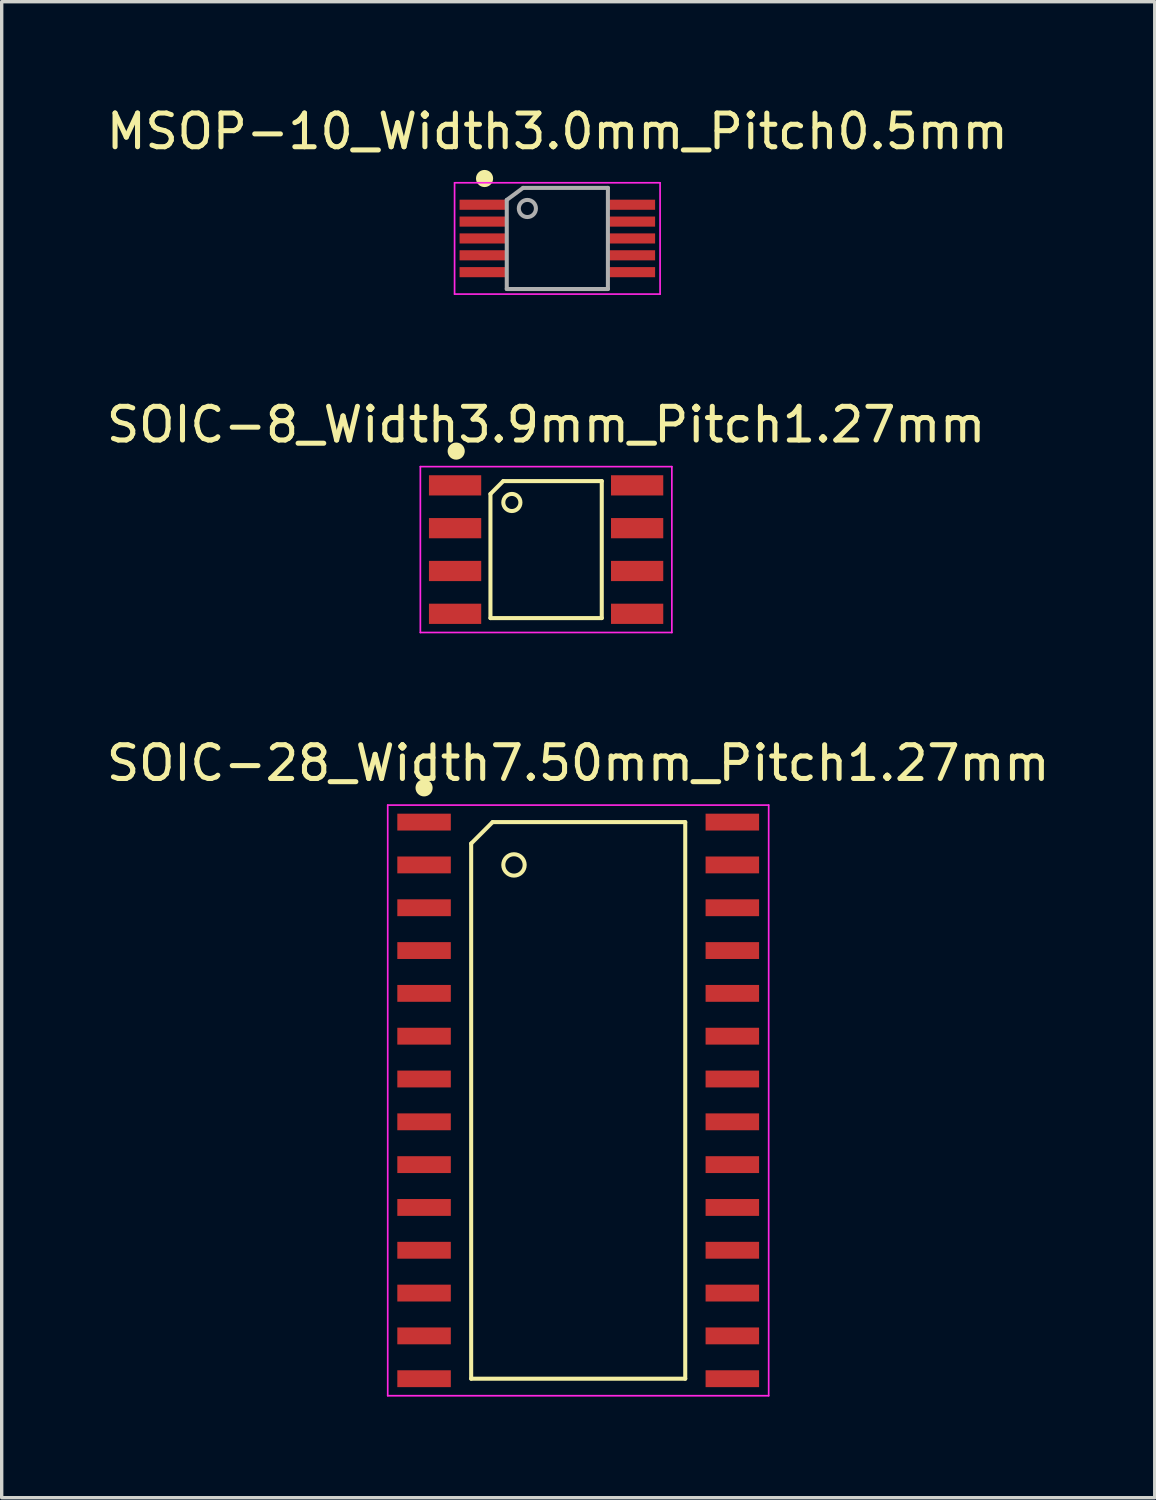
<source format=kicad_pcb>
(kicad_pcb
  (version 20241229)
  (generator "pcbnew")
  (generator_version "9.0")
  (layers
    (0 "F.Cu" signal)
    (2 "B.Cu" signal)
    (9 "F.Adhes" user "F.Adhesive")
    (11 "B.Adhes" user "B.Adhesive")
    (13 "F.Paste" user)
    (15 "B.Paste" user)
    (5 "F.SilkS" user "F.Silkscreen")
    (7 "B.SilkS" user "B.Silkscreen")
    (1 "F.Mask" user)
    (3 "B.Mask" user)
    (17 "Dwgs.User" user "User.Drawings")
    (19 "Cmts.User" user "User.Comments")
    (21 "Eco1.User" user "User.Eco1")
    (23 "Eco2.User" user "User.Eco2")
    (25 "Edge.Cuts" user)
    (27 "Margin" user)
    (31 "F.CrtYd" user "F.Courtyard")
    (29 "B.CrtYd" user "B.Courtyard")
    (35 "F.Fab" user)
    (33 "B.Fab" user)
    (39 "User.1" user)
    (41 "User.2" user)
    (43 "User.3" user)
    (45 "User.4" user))
  (footprint "SOIC-28_Width7.50mm_Pitch1.27mm"
    (layer "F.Cu")
    (at 14.101 29.591)
    (property "Reference" "SOIC-28_Width7.50mm_Pitch1.27mm" (at 0 -10.005 0) (layer "F.SilkS") (effects (font (size 1 1) (thickness 0.15))))
    (attr smd)
    (fp_line (start -3.175 8.255) (end -3.175 -7.62) (stroke (width 0.12) (type solid)) (layer "F.SilkS"))
    (fp_line (start -2.54 -8.255) (end -3.175 -7.62) (stroke (width 0.12) (type solid)) (layer "F.SilkS"))
    (fp_line (start 3.175 -8.255) (end -2.54 -8.255) (stroke (width 0.12) (type solid)) (layer "F.SilkS"))
    (fp_line (start 3.175 -8.255) (end 3.175 8.255) (stroke (width 0.12) (type solid)) (layer "F.SilkS"))
    (fp_line (start 3.175 8.255) (end -3.175 8.255) (stroke (width 0.12) (type solid)) (layer "F.SilkS"))
    (fp_circle (center -4.572 -9.271) (end -4.572 -9.144) (stroke (width 0.254) (type solid)) (fill no) (layer "F.SilkS"))
    (fp_circle (center -1.905 -6.985) (end -1.905 -6.668) (stroke (width 0.12) (type solid)) (fill no) (layer "F.SilkS"))
    (fp_line (start -5.65 -8.76) (end 5.65 -8.76) (stroke (width 0.05) (type solid)) (layer "F.CrtYd"))
    (fp_line (start -5.65 8.76) (end -5.65 -8.76) (stroke (width 0.05) (type solid)) (layer "F.CrtYd"))
    (fp_line (start 5.65 -8.76) (end 5.65 8.76) (stroke (width 0.05) (type solid)) (layer "F.CrtYd"))
    (fp_line (start 5.65 8.76) (end -5.65 8.76) (stroke (width 0.05) (type solid)) (layer "F.CrtYd"))
    (pad "1" smd rect (at -4.572 -8.255 270) (size 0.5 1.587) (layers "F.Cu" "F.Mask" "F.Paste"))
    (pad "2" smd rect (at -4.572 -6.985 270) (size 0.5 1.587) (layers "F.Cu" "F.Mask" "F.Paste"))
    (pad "3" smd rect (at -4.572 -5.715 270) (size 0.5 1.587) (layers "F.Cu" "F.Mask" "F.Paste"))
    (pad "4" smd rect (at -4.572 -4.445 270) (size 0.5 1.587) (layers "F.Cu" "F.Mask" "F.Paste"))
    (pad "5" smd rect (at -4.572 -3.175 270) (size 0.5 1.587) (layers "F.Cu" "F.Mask" "F.Paste"))
    (pad "6" smd rect (at -4.572 -1.905 270) (size 0.5 1.587) (layers "F.Cu" "F.Mask" "F.Paste"))
    (pad "7" smd rect (at -4.572 -0.635 270) (size 0.5 1.587) (layers "F.Cu" "F.Mask" "F.Paste"))
    (pad "8" smd rect (at -4.572 0.635 270) (size 0.5 1.587) (layers "F.Cu" "F.Mask" "F.Paste"))
    (pad "9" smd rect (at -4.572 1.905 270) (size 0.5 1.587) (layers "F.Cu" "F.Mask" "F.Paste"))
    (pad "10" smd rect (at -4.572 3.175 270) (size 0.5 1.587) (layers "F.Cu" "F.Mask" "F.Paste"))
    (pad "11" smd rect (at -4.572 4.445 270) (size 0.5 1.587) (layers "F.Cu" "F.Mask" "F.Paste"))
    (pad "12" smd rect (at -4.572 5.715 270) (size 0.5 1.587) (layers "F.Cu" "F.Mask" "F.Paste"))
    (pad "13" smd rect (at -4.572 6.985 270) (size 0.5 1.587) (layers "F.Cu" "F.Mask" "F.Paste"))
    (pad "14" smd rect (at -4.572 8.255 270) (size 0.5 1.587) (layers "F.Cu" "F.Mask" "F.Paste"))
    (pad "15" smd rect (at 4.572 8.255 270) (size 0.5 1.587) (layers "F.Cu" "F.Mask" "F.Paste"))
    (pad "16" smd rect (at 4.572 6.985 270) (size 0.5 1.587) (layers "F.Cu" "F.Mask" "F.Paste"))
    (pad "17" smd rect (at 4.572 5.715 270) (size 0.5 1.587) (layers "F.Cu" "F.Mask" "F.Paste"))
    (pad "18" smd rect (at 4.572 4.445 270) (size 0.5 1.587) (layers "F.Cu" "F.Mask" "F.Paste"))
    (pad "19" smd rect (at 4.572 3.175 270) (size 0.5 1.587) (layers "F.Cu" "F.Mask" "F.Paste"))
    (pad "20" smd rect (at 4.572 1.905 270) (size 0.5 1.587) (layers "F.Cu" "F.Mask" "F.Paste"))
    (pad "21" smd rect (at 4.572 0.635 270) (size 0.5 1.587) (layers "F.Cu" "F.Mask" "F.Paste"))
    (pad "22" smd rect (at 4.572 -0.635 270) (size 0.5 1.587) (layers "F.Cu" "F.Mask" "F.Paste"))
    (pad "23" smd rect (at 4.572 -1.905 270) (size 0.5 1.587) (layers "F.Cu" "F.Mask" "F.Paste"))
    (pad "24" smd rect (at 4.572 -3.175 270) (size 0.5 1.587) (layers "F.Cu" "F.Mask" "F.Paste"))
    (pad "25" smd rect (at 4.572 -4.445 270) (size 0.5 1.587) (layers "F.Cu" "F.Mask" "F.Paste"))
    (pad "26" smd rect (at 4.572 -5.715 270) (size 0.5 1.587) (layers "F.Cu" "F.Mask" "F.Paste"))
    (pad "27" smd rect (at 4.572 -6.985 270) (size 0.5 1.587) (layers "F.Cu" "F.Mask" "F.Paste"))
    (pad "28" smd rect (at 4.572 -8.255 270) (size 0.5 1.587) (layers "F.Cu" "F.Mask" "F.Paste")))
  (footprint "SOIC-8_Width3.9mm_Pitch1.27mm"
    (layer "F.Cu")
    (at 13.149 13.252)
    (property "Reference" "SOIC-8_Width3.9mm_Pitch1.27mm" (at 0 -3.705 0) (layer "F.SilkS") (effects (font (size 1 1) (thickness 0.15))))
    (attr smd)
    (fp_line (start -1.651 -1.651) (end -1.651 2.032) (stroke (width 0.12) (type solid)) (layer "F.SilkS"))
    (fp_line (start -1.651 2.032) (end 1.651 2.032) (stroke (width 0.12) (type solid)) (layer "F.SilkS"))
    (fp_line (start -1.27 -2.032) (end -1.651 -1.651) (stroke (width 0.12) (type solid)) (layer "F.SilkS"))
    (fp_line (start 1.651 -2.032) (end -1.27 -2.032) (stroke (width 0.12) (type solid)) (layer "F.SilkS"))
    (fp_line (start 1.651 2.032) (end 1.651 -2.032) (stroke (width 0.12) (type solid)) (layer "F.SilkS"))
    (fp_circle (center -2.667 -2.921) (end -2.54 -2.921) (stroke (width 0.254) (type solid)) (fill no) (layer "F.SilkS"))
    (fp_circle (center -1.016 -1.397) (end -1.016 -1.143) (stroke (width 0.12) (type solid)) (fill no) (layer "F.SilkS"))
    (fp_line (start -3.73 -2.46) (end 3.73 -2.46) (stroke (width 0.05) (type solid)) (layer "F.CrtYd"))
    (fp_line (start -3.73 2.46) (end -3.73 -2.46) (stroke (width 0.05) (type solid)) (layer "F.CrtYd"))
    (fp_line (start 3.73 -2.46) (end 3.73 2.46) (stroke (width 0.05) (type solid)) (layer "F.CrtYd"))
    (fp_line (start 3.73 2.46) (end -3.73 2.46) (stroke (width 0.05) (type solid)) (layer "F.CrtYd"))
    (pad "1" smd rect (at -2.7 -1.905 270) (size 0.6 1.55) (layers "F.Cu" "F.Mask" "F.Paste"))
    (pad "2" smd rect (at -2.7 -0.635 270) (size 0.6 1.55) (layers "F.Cu" "F.Mask" "F.Paste"))
    (pad "3" smd rect (at -2.7 0.635 270) (size 0.6 1.55) (layers "F.Cu" "F.Mask" "F.Paste"))
    (pad "4" smd rect (at -2.7 1.905 270) (size 0.6 1.55) (layers "F.Cu" "F.Mask" "F.Paste"))
    (pad "5" smd rect (at 2.7 1.905 270) (size 0.6 1.55) (layers "F.Cu" "F.Mask" "F.Paste"))
    (pad "6" smd rect (at 2.7 0.635 270) (size 0.6 1.55) (layers "F.Cu" "F.Mask" "F.Paste"))
    (pad "7" smd rect (at 2.7 -0.635 270) (size 0.6 1.55) (layers "F.Cu" "F.Mask" "F.Paste"))
    (pad "8" smd rect (at 2.7 -1.905 270) (size 0.6 1.55) (layers "F.Cu" "F.Mask" "F.Paste")))
  (footprint "MSOP-10_Width3.0mm_Pitch0.5mm"
    (layer "F.Cu")
    (at 13.482 4.023)
    (property "Reference" "MSOP-10_Width3.0mm_Pitch0.5mm" (at 0 -3.175 0) (layer "F.SilkS") (effects (font (size 1 1) (thickness 0.15))))
    (attr smd)
    (fp_circle (center -2.159 -1.778) (end -2.032 -1.778) (stroke (width 0.254) (type solid)) (fill no) (layer "F.SilkS"))
    (fp_line (start -3.048 -1.651) (end 3.048 -1.651) (stroke (width 0.05) (type solid)) (layer "F.CrtYd"))
    (fp_line (start -3.048 1.651) (end -3.048 -1.651) (stroke (width 0.05) (type solid)) (layer "F.CrtYd"))
    (fp_line (start 3.048 -1.651) (end 3.048 1.651) (stroke (width 0.05) (type solid)) (layer "F.CrtYd"))
    (fp_line (start 3.048 1.651) (end -3.048 1.651) (stroke (width 0.05) (type solid)) (layer "F.CrtYd"))
    (fp_line (start -1.5 -1.143) (end -1.5 1.5) (stroke (width 0.12) (type solid)) (layer "F.Fab"))
    (fp_line (start -1.5 1.5) (end 1.5 1.5) (stroke (width 0.12) (type solid)) (layer "F.Fab"))
    (fp_line (start -1.016 -1.5) (end -1.5 -1.143) (stroke (width 0.12) (type solid)) (layer "F.Fab"))
    (fp_line (start 1.5 -1.5) (end -1.016 -1.5) (stroke (width 0.12) (type solid)) (layer "F.Fab"))
    (fp_line (start 1.5 1.5) (end 1.5 -1.5) (stroke (width 0.12) (type solid)) (layer "F.Fab"))
    (fp_circle (center -0.889 -0.889) (end -0.635 -0.889) (stroke (width 0.12) (type solid)) (fill no) (layer "F.Fab"))
    (pad "1" smd rect (at -2.2 -1 270) (size 0.3 1.4) (layers "F.Cu" "F.Mask" "F.Paste"))
    (pad "2" smd rect (at -2.2 -0.5 270) (size 0.3 1.4) (layers "F.Cu" "F.Mask" "F.Paste"))
    (pad "3" smd rect (at -2.2 0 270) (size 0.3 1.4) (layers "F.Cu" "F.Mask" "F.Paste"))
    (pad "4" smd rect (at -2.2 0.5 270) (size 0.3 1.4) (layers "F.Cu" "F.Mask" "F.Paste"))
    (pad "5" smd rect (at -2.2 1 270) (size 0.3 1.4) (layers "F.Cu" "F.Mask" "F.Paste"))
    (pad "6" smd rect (at 2.2 1 270) (size 0.3 1.4) (layers "F.Cu" "F.Mask" "F.Paste"))
    (pad "7" smd rect (at 2.2 0.5 270) (size 0.3 1.4) (layers "F.Cu" "F.Mask" "F.Paste"))
    (pad "8" smd rect (at 2.2 0 270) (size 0.3 1.4) (layers "F.Cu" "F.Mask" "F.Paste"))
    (pad "9" smd rect (at 2.2 -0.5 270) (size 0.3 1.4) (layers "F.Cu" "F.Mask" "F.Paste"))
    (pad "10" smd rect (at 2.2 -1 270) (size 0.3 1.4) (layers "F.Cu" "F.Mask" "F.Paste")))
  (gr_rect
    (start -3 -3)
    (end 31.202 41.376)
    (stroke (width 0.1) (type default))
    (fill no)
    (layer "Edge.Cuts")))
</source>
